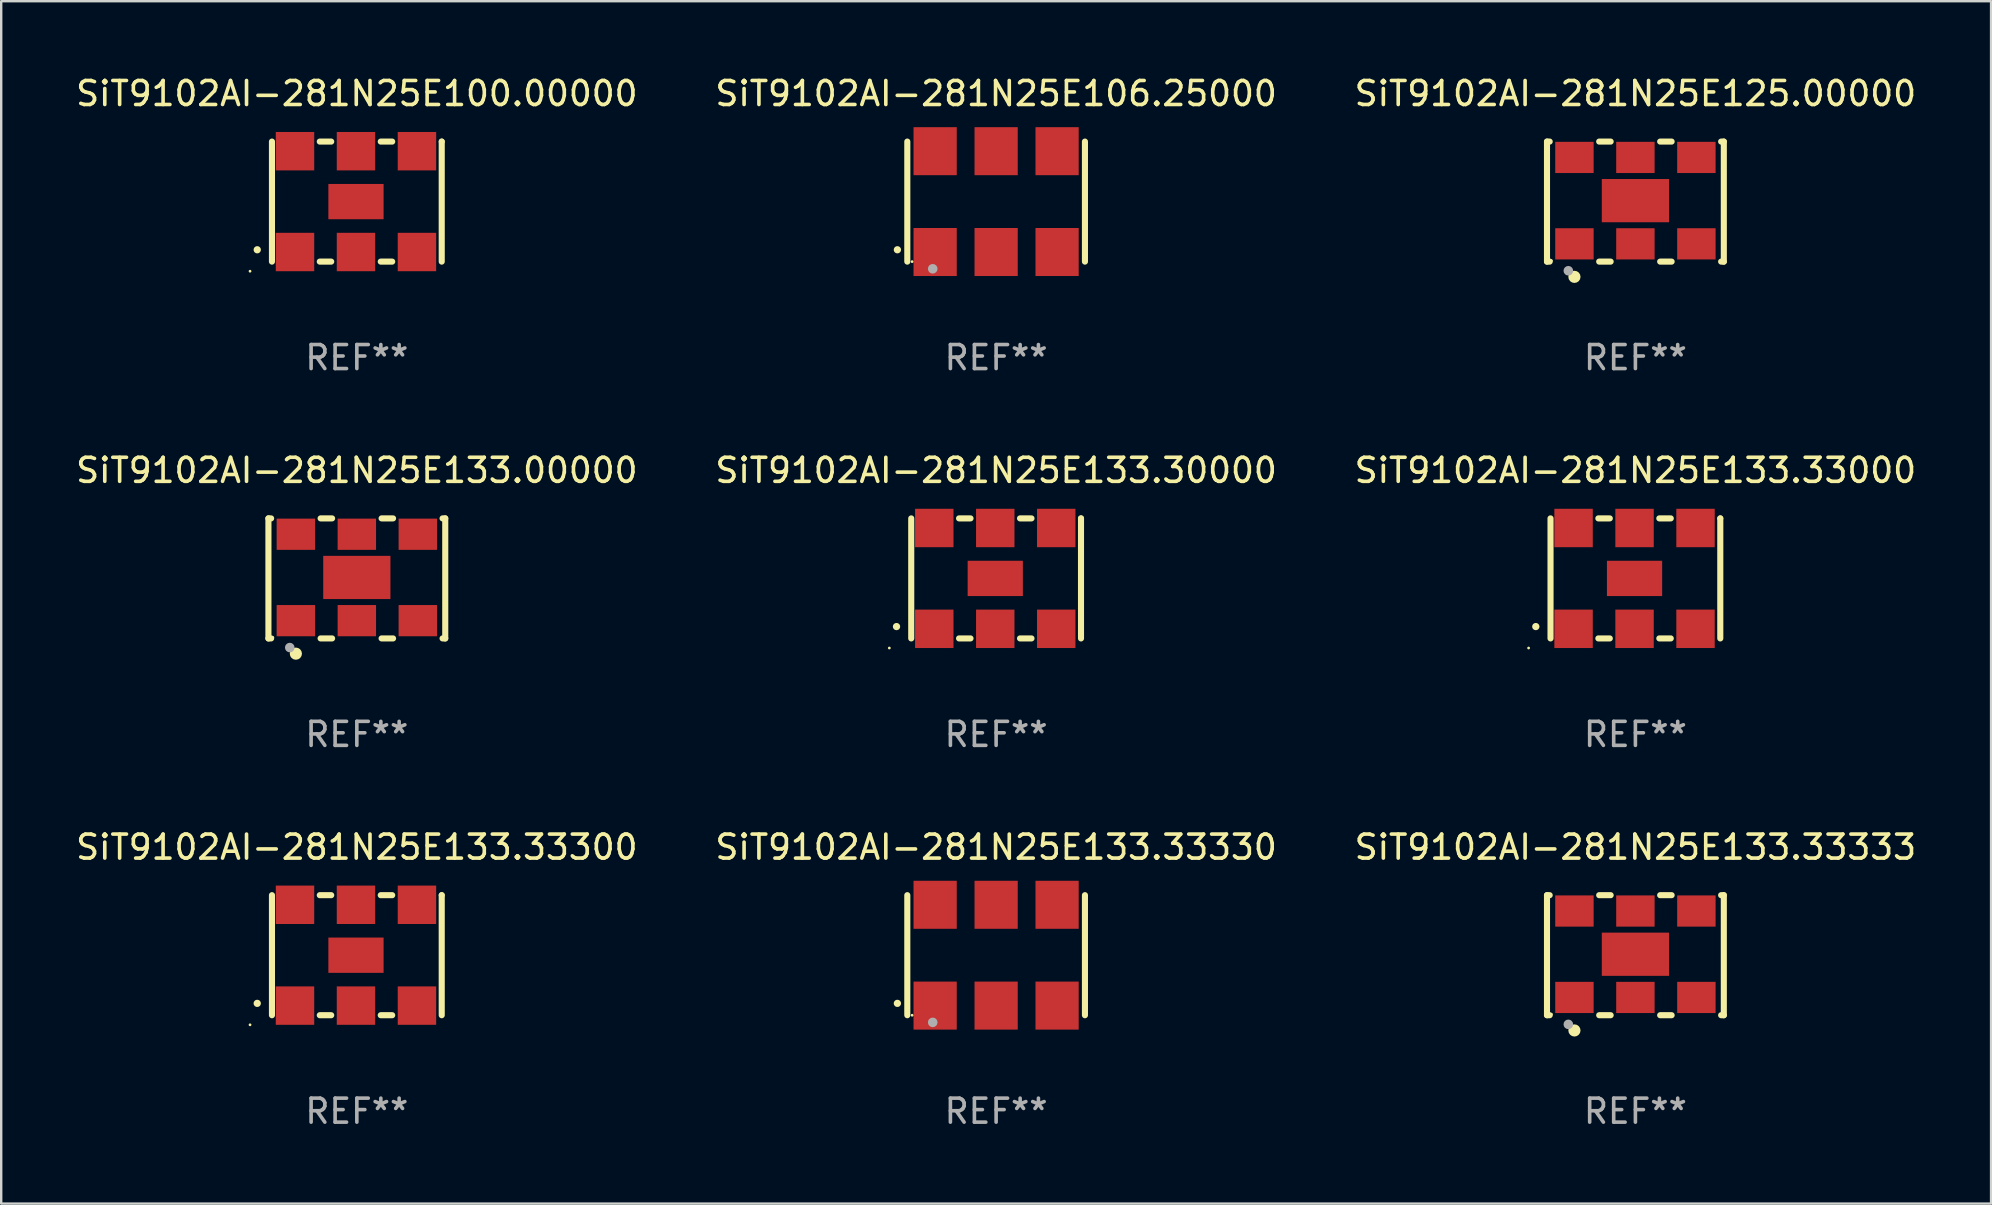
<source format=kicad_pcb>
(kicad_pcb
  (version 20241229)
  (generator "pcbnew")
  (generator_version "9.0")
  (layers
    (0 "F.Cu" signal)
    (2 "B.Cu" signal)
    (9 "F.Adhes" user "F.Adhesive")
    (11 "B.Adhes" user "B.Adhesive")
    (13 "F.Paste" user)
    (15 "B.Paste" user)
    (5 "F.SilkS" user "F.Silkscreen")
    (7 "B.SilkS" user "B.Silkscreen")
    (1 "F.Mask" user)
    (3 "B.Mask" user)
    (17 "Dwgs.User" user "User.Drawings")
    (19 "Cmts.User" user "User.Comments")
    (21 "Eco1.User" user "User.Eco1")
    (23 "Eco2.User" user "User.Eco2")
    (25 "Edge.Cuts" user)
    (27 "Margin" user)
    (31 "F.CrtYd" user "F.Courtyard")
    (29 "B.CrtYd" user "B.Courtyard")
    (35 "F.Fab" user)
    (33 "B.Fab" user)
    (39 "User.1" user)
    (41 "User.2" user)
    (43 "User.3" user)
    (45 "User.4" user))
  (footprint "SiT9102AI-281N25E133.33333"
    (layer "F.Cu")
    (at 65.077 36.741)
    (property "Reference" "SiT9102AI-281N25E133.33333" (at 0 -4.5 0) (layer "F.SilkS") (effects (font (size 1 1) (thickness 0.15))))
    (attr through_hole)
    (fp_line (start -3.683 -2.5) (end -3.571 -2.5) (stroke (width 0.254) (type solid)) (layer "F.SilkS"))
    (fp_line (start -3.683 2.5) (end -3.683 -2.5) (stroke (width 0.254) (type solid)) (layer "F.SilkS"))
    (fp_line (start -3.683 2.5) (end -3.571 2.5) (stroke (width 0.254) (type solid)) (layer "F.SilkS"))
    (fp_line (start -1.509 -2.5) (end -1.031 -2.5) (stroke (width 0.254) (type solid)) (layer "F.SilkS"))
    (fp_line (start -1.509 2.5) (end -1.031 2.5) (stroke (width 0.254) (type solid)) (layer "F.SilkS"))
    (fp_line (start 1.031 -2.5) (end 1.509 -2.5) (stroke (width 0.254) (type solid)) (layer "F.SilkS"))
    (fp_line (start 1.031 2.5) (end 1.509 2.5) (stroke (width 0.254) (type solid)) (layer "F.SilkS"))
    (fp_line (start 3.571 -2.5) (end 3.683 -2.5) (stroke (width 0.254) (type solid)) (layer "F.SilkS"))
    (fp_line (start 3.571 2.5) (end 3.683 2.5) (stroke (width 0.254) (type solid)) (layer "F.SilkS"))
    (fp_line (start 3.683 2.5) (end 3.683 -2.5) (stroke (width 0.254) (type solid)) (layer "F.SilkS"))
    (fp_circle (center -3.5 2.46) (end -3.47 2.46) (stroke (width 0.06) (type solid)) (fill no) (layer "F.SilkS"))
    (fp_circle (center -2.54 3.135) (end -2.413 3.135) (stroke (width 0.254) (type solid)) (fill no) (layer "F.SilkS"))
    (fp_circle (center -2.794 2.881) (end -2.694 2.881) (stroke (width 0.2) (type solid)) (fill no) (layer "F.Fab"))
    (fp_text user "REF**" (at 0 6.5 0) (layer "F.Fab") (effects (font (size 1 1) (thickness 0.15))))
    (pad "1" smd rect (at -2.54 1.76) (size 1.6 1.3) (layers "F.Cu" "F.Mask" "F.Paste"))
    (pad "2" smd rect (at 0 1.76) (size 1.6 1.3) (layers "F.Cu" "F.Mask" "F.Paste"))
    (pad "3" smd rect (at 2.54 1.76) (size 1.6 1.3) (layers "F.Cu" "F.Mask" "F.Paste"))
    (pad "4" smd rect (at 2.54 -1.84) (size 1.6 1.3) (layers "F.Cu" "F.Mask" "F.Paste"))
    (pad "5" smd rect (at 0 -1.84) (size 1.6 1.3) (layers "F.Cu" "F.Mask" "F.Paste"))
    (pad "6" smd rect (at -2.54 -1.84) (size 1.6 1.3) (layers "F.Cu" "F.Mask" "F.Paste"))
    (pad "7" smd rect (at 0 -0.04) (size 2.8 1.8) (layers "F.Cu" "F.Mask" "F.Paste")))
  (footprint "SiT9102AI-281N25E133.33300"
    (layer "F.Cu")
    (at 11.815 36.741)
    (property "Reference" "SiT9102AI-281N25E133.33300" (at 0 -4.5 0) (layer "F.SilkS") (effects (font (size 1 1) (thickness 0.15))))
    (attr through_hole)
    (fp_line (start -3.536 -2.5) (end -3.536 2.5) (stroke (width 0.254) (type solid)) (layer "F.SilkS"))
    (fp_line (start -1.544 2.5) (end -1.067 2.5) (stroke (width 0.254) (type solid)) (layer "F.SilkS"))
    (fp_line (start -1.067 -2.5) (end -1.544 -2.5) (stroke (width 0.254) (type solid)) (layer "F.SilkS"))
    (fp_line (start 0.996 2.5) (end 1.473 2.5) (stroke (width 0.254) (type solid)) (layer "F.SilkS"))
    (fp_line (start 1.473 -2.5) (end 0.996 -2.5) (stroke (width 0.254) (type solid)) (layer "F.SilkS"))
    (fp_line (start 3.536 -2.5) (end 3.536 -2.5) (stroke (width 0.254) (type solid)) (layer "F.SilkS"))
    (fp_line (start 3.536 2.5) (end 3.536 -2.5) (stroke (width 0.254) (type solid)) (layer "F.SilkS"))
    (fp_arc (start -4.150432 2.006604) (mid -4.149162 2.006599) (end -4.147892 2.006604) (stroke (width 0.3) (type solid)) (layer "F.SilkS"))
    (fp_circle (center -4.449 2.9) (end -4.419 2.9) (stroke (width 0.06) (type solid)) (fill no) (layer "F.SilkS"))
    (fp_text user "REF**" (at 0 6.5 0) (layer "F.Fab") (effects (font (size 1 1) (thickness 0.15))))
    (pad "1" smd rect (at -2.576 2.1) (size 1.6 1.6) (layers "F.Cu" "F.Mask" "F.Paste"))
    (pad "2" smd rect (at -0.036 2.1) (size 1.6 1.6) (layers "F.Cu" "F.Mask" "F.Paste"))
    (pad "3" smd rect (at 2.504 2.1) (size 1.6 1.6) (layers "F.Cu" "F.Mask" "F.Paste"))
    (pad "4" smd rect (at 2.504 -2.1) (size 1.6 1.6) (layers "F.Cu" "F.Mask" "F.Paste"))
    (pad "5" smd rect (at -0.036 -2.1) (size 1.6 1.6) (layers "F.Cu" "F.Mask" "F.Paste"))
    (pad "6" smd rect (at -2.576 -2.1) (size 1.6 1.6) (layers "F.Cu" "F.Mask" "F.Paste"))
    (pad "7" smd rect (at -0.036 0) (size 2.3 1.47) (layers "F.Cu" "F.Mask" "F.Paste")))
  (footprint "SiT9102AI-281N25E133.33330"
    (layer "F.Cu")
    (at 38.446 36.741)
    (property "Reference" "SiT9102AI-281N25E133.33330" (at 0 -4.5 0) (layer "F.SilkS") (effects (font (size 1 1) (thickness 0.15))))
    (attr through_hole)
    (fp_line (start -3.7 -2.5) (end -3.7 2.5) (stroke (width 0.254) (type solid)) (layer "F.SilkS"))
    (fp_line (start 3.7 -2.5) (end 3.7 2.5) (stroke (width 0.254) (type solid)) (layer "F.SilkS"))
    (fp_arc (start -4.114415 2.006604) (mid -4.113145 2.006599) (end -4.111875 2.006604) (stroke (width 0.3) (type solid)) (layer "F.SilkS"))
    (fp_circle (center -3.5 2.501) (end -3.47 2.501) (stroke (width 0.06) (type solid)) (fill no) (layer "F.SilkS"))
    (fp_circle (center -2.641 2.799) (end -2.541 2.799) (stroke (width 0.2) (type solid)) (fill no) (layer "F.Fab"))
    (fp_text user "REF**" (at 0 6.5 0) (layer "F.Fab") (effects (font (size 1 1) (thickness 0.15))))
    (pad "1" smd rect (at -2.54 2.1) (size 1.8 2) (layers "F.Cu" "F.Mask" "F.Paste"))
    (pad "2" smd rect (at 0.000394 2.1) (size 1.8 2) (layers "F.Cu" "F.Mask" "F.Paste"))
    (pad "3" smd rect (at 2.54 2.1) (size 1.8 2) (layers "F.Cu" "F.Mask" "F.Paste"))
    (pad "4" smd rect (at 2.54 -2.1) (size 1.8 2) (layers "F.Cu" "F.Mask" "F.Paste"))
    (pad "5" smd rect (at 0.000394 -2.1) (size 1.8 2) (layers "F.Cu" "F.Mask" "F.Paste"))
    (pad "6" smd rect (at -2.54 -2.1) (size 1.8 2) (layers "F.Cu" "F.Mask" "F.Paste")))
  (footprint "SiT9102AI-281N25E133.30000"
    (layer "F.Cu")
    (at 38.446 21.045)
    (property "Reference" "SiT9102AI-281N25E133.30000" (at 0 -4.5 0) (layer "F.SilkS") (effects (font (size 1 1) (thickness 0.15))))
    (attr through_hole)
    (fp_line (start -3.536 -2.5) (end -3.536 2.5) (stroke (width 0.254) (type solid)) (layer "F.SilkS"))
    (fp_line (start -1.544 2.5) (end -1.067 2.5) (stroke (width 0.254) (type solid)) (layer "F.SilkS"))
    (fp_line (start -1.067 -2.5) (end -1.544 -2.5) (stroke (width 0.254) (type solid)) (layer "F.SilkS"))
    (fp_line (start 0.996 2.5) (end 1.473 2.5) (stroke (width 0.254) (type solid)) (layer "F.SilkS"))
    (fp_line (start 1.473 -2.5) (end 0.996 -2.5) (stroke (width 0.254) (type solid)) (layer "F.SilkS"))
    (fp_line (start 3.536 -2.5) (end 3.536 -2.5) (stroke (width 0.254) (type solid)) (layer "F.SilkS"))
    (fp_line (start 3.536 2.5) (end 3.536 -2.5) (stroke (width 0.254) (type solid)) (layer "F.SilkS"))
    (fp_arc (start -4.150432 2.006604) (mid -4.149162 2.006599) (end -4.147892 2.006604) (stroke (width 0.3) (type solid)) (layer "F.SilkS"))
    (fp_circle (center -4.449 2.9) (end -4.419 2.9) (stroke (width 0.06) (type solid)) (fill no) (layer "F.SilkS"))
    (fp_text user "REF**" (at 0 6.5 0) (layer "F.Fab") (effects (font (size 1 1) (thickness 0.15))))
    (pad "1" smd rect (at -2.576 2.1) (size 1.6 1.6) (layers "F.Cu" "F.Mask" "F.Paste"))
    (pad "2" smd rect (at -0.036 2.1) (size 1.6 1.6) (layers "F.Cu" "F.Mask" "F.Paste"))
    (pad "3" smd rect (at 2.504 2.1) (size 1.6 1.6) (layers "F.Cu" "F.Mask" "F.Paste"))
    (pad "4" smd rect (at 2.504 -2.1) (size 1.6 1.6) (layers "F.Cu" "F.Mask" "F.Paste"))
    (pad "5" smd rect (at -0.036 -2.1) (size 1.6 1.6) (layers "F.Cu" "F.Mask" "F.Paste"))
    (pad "6" smd rect (at -2.576 -2.1) (size 1.6 1.6) (layers "F.Cu" "F.Mask" "F.Paste"))
    (pad "7" smd rect (at -0.036 0) (size 2.3 1.47) (layers "F.Cu" "F.Mask" "F.Paste")))
  (footprint "SiT9102AI-281N25E133.33000"
    (layer "F.Cu")
    (at 65.077 21.045)
    (property "Reference" "SiT9102AI-281N25E133.33000" (at 0 -4.5 0) (layer "F.SilkS") (effects (font (size 1 1) (thickness 0.15))))
    (attr through_hole)
    (fp_line (start -3.536 -2.5) (end -3.536 2.5) (stroke (width 0.254) (type solid)) (layer "F.SilkS"))
    (fp_line (start -1.544 2.5) (end -1.067 2.5) (stroke (width 0.254) (type solid)) (layer "F.SilkS"))
    (fp_line (start -1.067 -2.5) (end -1.544 -2.5) (stroke (width 0.254) (type solid)) (layer "F.SilkS"))
    (fp_line (start 0.996 2.5) (end 1.473 2.5) (stroke (width 0.254) (type solid)) (layer "F.SilkS"))
    (fp_line (start 1.473 -2.5) (end 0.996 -2.5) (stroke (width 0.254) (type solid)) (layer "F.SilkS"))
    (fp_line (start 3.536 -2.5) (end 3.536 -2.5) (stroke (width 0.254) (type solid)) (layer "F.SilkS"))
    (fp_line (start 3.536 2.5) (end 3.536 -2.5) (stroke (width 0.254) (type solid)) (layer "F.SilkS"))
    (fp_arc (start -4.150432 2.006604) (mid -4.149162 2.006599) (end -4.147892 2.006604) (stroke (width 0.3) (type solid)) (layer "F.SilkS"))
    (fp_circle (center -4.449 2.9) (end -4.419 2.9) (stroke (width 0.06) (type solid)) (fill no) (layer "F.SilkS"))
    (fp_text user "REF**" (at 0 6.5 0) (layer "F.Fab") (effects (font (size 1 1) (thickness 0.15))))
    (pad "1" smd rect (at -2.576 2.1) (size 1.6 1.6) (layers "F.Cu" "F.Mask" "F.Paste"))
    (pad "2" smd rect (at -0.036 2.1) (size 1.6 1.6) (layers "F.Cu" "F.Mask" "F.Paste"))
    (pad "3" smd rect (at 2.504 2.1) (size 1.6 1.6) (layers "F.Cu" "F.Mask" "F.Paste"))
    (pad "4" smd rect (at 2.504 -2.1) (size 1.6 1.6) (layers "F.Cu" "F.Mask" "F.Paste"))
    (pad "5" smd rect (at -0.036 -2.1) (size 1.6 1.6) (layers "F.Cu" "F.Mask" "F.Paste"))
    (pad "6" smd rect (at -2.576 -2.1) (size 1.6 1.6) (layers "F.Cu" "F.Mask" "F.Paste"))
    (pad "7" smd rect (at -0.036 0) (size 2.3 1.47) (layers "F.Cu" "F.Mask" "F.Paste")))
  (footprint "SiT9102AI-281N25E100.00000"
    (layer "F.Cu")
    (at 11.815 5.348)
    (property "Reference" "SiT9102AI-281N25E100.00000" (at 0 -4.5 0) (layer "F.SilkS") (effects (font (size 1 1) (thickness 0.15))))
    (attr through_hole)
    (fp_line (start -3.536 -2.5) (end -3.536 2.5) (stroke (width 0.254) (type solid)) (layer "F.SilkS"))
    (fp_line (start -1.544 2.5) (end -1.067 2.5) (stroke (width 0.254) (type solid)) (layer "F.SilkS"))
    (fp_line (start -1.067 -2.5) (end -1.544 -2.5) (stroke (width 0.254) (type solid)) (layer "F.SilkS"))
    (fp_line (start 0.996 2.5) (end 1.473 2.5) (stroke (width 0.254) (type solid)) (layer "F.SilkS"))
    (fp_line (start 1.473 -2.5) (end 0.996 -2.5) (stroke (width 0.254) (type solid)) (layer "F.SilkS"))
    (fp_line (start 3.536 -2.5) (end 3.536 -2.5) (stroke (width 0.254) (type solid)) (layer "F.SilkS"))
    (fp_line (start 3.536 2.5) (end 3.536 -2.5) (stroke (width 0.254) (type solid)) (layer "F.SilkS"))
    (fp_arc (start -4.150432 2.006604) (mid -4.149162 2.006599) (end -4.147892 2.006604) (stroke (width 0.3) (type solid)) (layer "F.SilkS"))
    (fp_circle (center -4.449 2.9) (end -4.419 2.9) (stroke (width 0.06) (type solid)) (fill no) (layer "F.SilkS"))
    (fp_text user "REF**" (at 0 6.5 0) (layer "F.Fab") (effects (font (size 1 1) (thickness 0.15))))
    (pad "1" smd rect (at -2.576 2.1) (size 1.6 1.6) (layers "F.Cu" "F.Mask" "F.Paste"))
    (pad "2" smd rect (at -0.036 2.1) (size 1.6 1.6) (layers "F.Cu" "F.Mask" "F.Paste"))
    (pad "3" smd rect (at 2.504 2.1) (size 1.6 1.6) (layers "F.Cu" "F.Mask" "F.Paste"))
    (pad "4" smd rect (at 2.504 -2.1) (size 1.6 1.6) (layers "F.Cu" "F.Mask" "F.Paste"))
    (pad "5" smd rect (at -0.036 -2.1) (size 1.6 1.6) (layers "F.Cu" "F.Mask" "F.Paste"))
    (pad "6" smd rect (at -2.576 -2.1) (size 1.6 1.6) (layers "F.Cu" "F.Mask" "F.Paste"))
    (pad "7" smd rect (at -0.036 0) (size 2.3 1.47) (layers "F.Cu" "F.Mask" "F.Paste")))
  (footprint "SiT9102AI-281N25E106.25000"
    (layer "F.Cu")
    (at 38.446 5.348)
    (property "Reference" "SiT9102AI-281N25E106.25000" (at 0 -4.5 0) (layer "F.SilkS") (effects (font (size 1 1) (thickness 0.15))))
    (attr through_hole)
    (fp_line (start -3.7 -2.5) (end -3.7 2.5) (stroke (width 0.254) (type solid)) (layer "F.SilkS"))
    (fp_line (start 3.7 -2.5) (end 3.7 2.5) (stroke (width 0.254) (type solid)) (layer "F.SilkS"))
    (fp_arc (start -4.114415 2.006604) (mid -4.113145 2.006599) (end -4.111875 2.006604) (stroke (width 0.3) (type solid)) (layer "F.SilkS"))
    (fp_circle (center -3.5 2.501) (end -3.47 2.501) (stroke (width 0.06) (type solid)) (fill no) (layer "F.SilkS"))
    (fp_circle (center -2.641 2.799) (end -2.541 2.799) (stroke (width 0.2) (type solid)) (fill no) (layer "F.Fab"))
    (fp_text user "REF**" (at 0 6.5 0) (layer "F.Fab") (effects (font (size 1 1) (thickness 0.15))))
    (pad "1" smd rect (at -2.54 2.1) (size 1.8 2) (layers "F.Cu" "F.Mask" "F.Paste"))
    (pad "2" smd rect (at 0.000394 2.1) (size 1.8 2) (layers "F.Cu" "F.Mask" "F.Paste"))
    (pad "3" smd rect (at 2.54 2.1) (size 1.8 2) (layers "F.Cu" "F.Mask" "F.Paste"))
    (pad "4" smd rect (at 2.54 -2.1) (size 1.8 2) (layers "F.Cu" "F.Mask" "F.Paste"))
    (pad "5" smd rect (at 0.000394 -2.1) (size 1.8 2) (layers "F.Cu" "F.Mask" "F.Paste"))
    (pad "6" smd rect (at -2.54 -2.1) (size 1.8 2) (layers "F.Cu" "F.Mask" "F.Paste")))
  (footprint "SiT9102AI-281N25E133.00000"
    (layer "F.Cu")
    (at 11.815 21.045)
    (property "Reference" "SiT9102AI-281N25E133.00000" (at 0 -4.5 0) (layer "F.SilkS") (effects (font (size 1 1) (thickness 0.15))))
    (attr through_hole)
    (fp_line (start -3.683 -2.5) (end -3.571 -2.5) (stroke (width 0.254) (type solid)) (layer "F.SilkS"))
    (fp_line (start -3.683 2.5) (end -3.683 -2.5) (stroke (width 0.254) (type solid)) (layer "F.SilkS"))
    (fp_line (start -3.683 2.5) (end -3.571 2.5) (stroke (width 0.254) (type solid)) (layer "F.SilkS"))
    (fp_line (start -1.509 -2.5) (end -1.031 -2.5) (stroke (width 0.254) (type solid)) (layer "F.SilkS"))
    (fp_line (start -1.509 2.5) (end -1.031 2.5) (stroke (width 0.254) (type solid)) (layer "F.SilkS"))
    (fp_line (start 1.031 -2.5) (end 1.509 -2.5) (stroke (width 0.254) (type solid)) (layer "F.SilkS"))
    (fp_line (start 1.031 2.5) (end 1.509 2.5) (stroke (width 0.254) (type solid)) (layer "F.SilkS"))
    (fp_line (start 3.571 -2.5) (end 3.683 -2.5) (stroke (width 0.254) (type solid)) (layer "F.SilkS"))
    (fp_line (start 3.571 2.5) (end 3.683 2.5) (stroke (width 0.254) (type solid)) (layer "F.SilkS"))
    (fp_line (start 3.683 2.5) (end 3.683 -2.5) (stroke (width 0.254) (type solid)) (layer "F.SilkS"))
    (fp_circle (center -3.5 2.46) (end -3.47 2.46) (stroke (width 0.06) (type solid)) (fill no) (layer "F.SilkS"))
    (fp_circle (center -2.54 3.135) (end -2.413 3.135) (stroke (width 0.254) (type solid)) (fill no) (layer "F.SilkS"))
    (fp_circle (center -2.794 2.881) (end -2.694 2.881) (stroke (width 0.2) (type solid)) (fill no) (layer "F.Fab"))
    (fp_text user "REF**" (at 0 6.5 0) (layer "F.Fab") (effects (font (size 1 1) (thickness 0.15))))
    (pad "1" smd rect (at -2.54 1.76) (size 1.6 1.3) (layers "F.Cu" "F.Mask" "F.Paste"))
    (pad "2" smd rect (at 0 1.76) (size 1.6 1.3) (layers "F.Cu" "F.Mask" "F.Paste"))
    (pad "3" smd rect (at 2.54 1.76) (size 1.6 1.3) (layers "F.Cu" "F.Mask" "F.Paste"))
    (pad "4" smd rect (at 2.54 -1.84) (size 1.6 1.3) (layers "F.Cu" "F.Mask" "F.Paste"))
    (pad "5" smd rect (at 0 -1.84) (size 1.6 1.3) (layers "F.Cu" "F.Mask" "F.Paste"))
    (pad "6" smd rect (at -2.54 -1.84) (size 1.6 1.3) (layers "F.Cu" "F.Mask" "F.Paste"))
    (pad "7" smd rect (at 0 -0.04) (size 2.8 1.8) (layers "F.Cu" "F.Mask" "F.Paste")))
  (footprint "SiT9102AI-281N25E125.00000"
    (layer "F.Cu")
    (at 65.077 5.348)
    (property "Reference" "SiT9102AI-281N25E125.00000" (at 0 -4.5 0) (layer "F.SilkS") (effects (font (size 1 1) (thickness 0.15))))
    (attr through_hole)
    (fp_line (start -3.683 -2.5) (end -3.571 -2.5) (stroke (width 0.254) (type solid)) (layer "F.SilkS"))
    (fp_line (start -3.683 2.5) (end -3.683 -2.5) (stroke (width 0.254) (type solid)) (layer "F.SilkS"))
    (fp_line (start -3.683 2.5) (end -3.571 2.5) (stroke (width 0.254) (type solid)) (layer "F.SilkS"))
    (fp_line (start -1.509 -2.5) (end -1.031 -2.5) (stroke (width 0.254) (type solid)) (layer "F.SilkS"))
    (fp_line (start -1.509 2.5) (end -1.031 2.5) (stroke (width 0.254) (type solid)) (layer "F.SilkS"))
    (fp_line (start 1.031 -2.5) (end 1.509 -2.5) (stroke (width 0.254) (type solid)) (layer "F.SilkS"))
    (fp_line (start 1.031 2.5) (end 1.509 2.5) (stroke (width 0.254) (type solid)) (layer "F.SilkS"))
    (fp_line (start 3.571 -2.5) (end 3.683 -2.5) (stroke (width 0.254) (type solid)) (layer "F.SilkS"))
    (fp_line (start 3.571 2.5) (end 3.683 2.5) (stroke (width 0.254) (type solid)) (layer "F.SilkS"))
    (fp_line (start 3.683 2.5) (end 3.683 -2.5) (stroke (width 0.254) (type solid)) (layer "F.SilkS"))
    (fp_circle (center -3.5 2.46) (end -3.47 2.46) (stroke (width 0.06) (type solid)) (fill no) (layer "F.SilkS"))
    (fp_circle (center -2.54 3.135) (end -2.413 3.135) (stroke (width 0.254) (type solid)) (fill no) (layer "F.SilkS"))
    (fp_circle (center -2.794 2.881) (end -2.694 2.881) (stroke (width 0.2) (type solid)) (fill no) (layer "F.Fab"))
    (fp_text user "REF**" (at 0 6.5 0) (layer "F.Fab") (effects (font (size 1 1) (thickness 0.15))))
    (pad "1" smd rect (at -2.54 1.76) (size 1.6 1.3) (layers "F.Cu" "F.Mask" "F.Paste"))
    (pad "2" smd rect (at 0 1.76) (size 1.6 1.3) (layers "F.Cu" "F.Mask" "F.Paste"))
    (pad "3" smd rect (at 2.54 1.76) (size 1.6 1.3) (layers "F.Cu" "F.Mask" "F.Paste"))
    (pad "4" smd rect (at 2.54 -1.84) (size 1.6 1.3) (layers "F.Cu" "F.Mask" "F.Paste"))
    (pad "5" smd rect (at 0 -1.84) (size 1.6 1.3) (layers "F.Cu" "F.Mask" "F.Paste"))
    (pad "6" smd rect (at -2.54 -1.84) (size 1.6 1.3) (layers "F.Cu" "F.Mask" "F.Paste"))
    (pad "7" smd rect (at 0 -0.04) (size 2.8 1.8) (layers "F.Cu" "F.Mask" "F.Paste")))
  (gr_rect
    (start -3 -3)
    (end 79.893 47.09)
    (stroke (width 0.1) (type default))
    (fill no)
    (layer "Edge.Cuts")))
</source>
